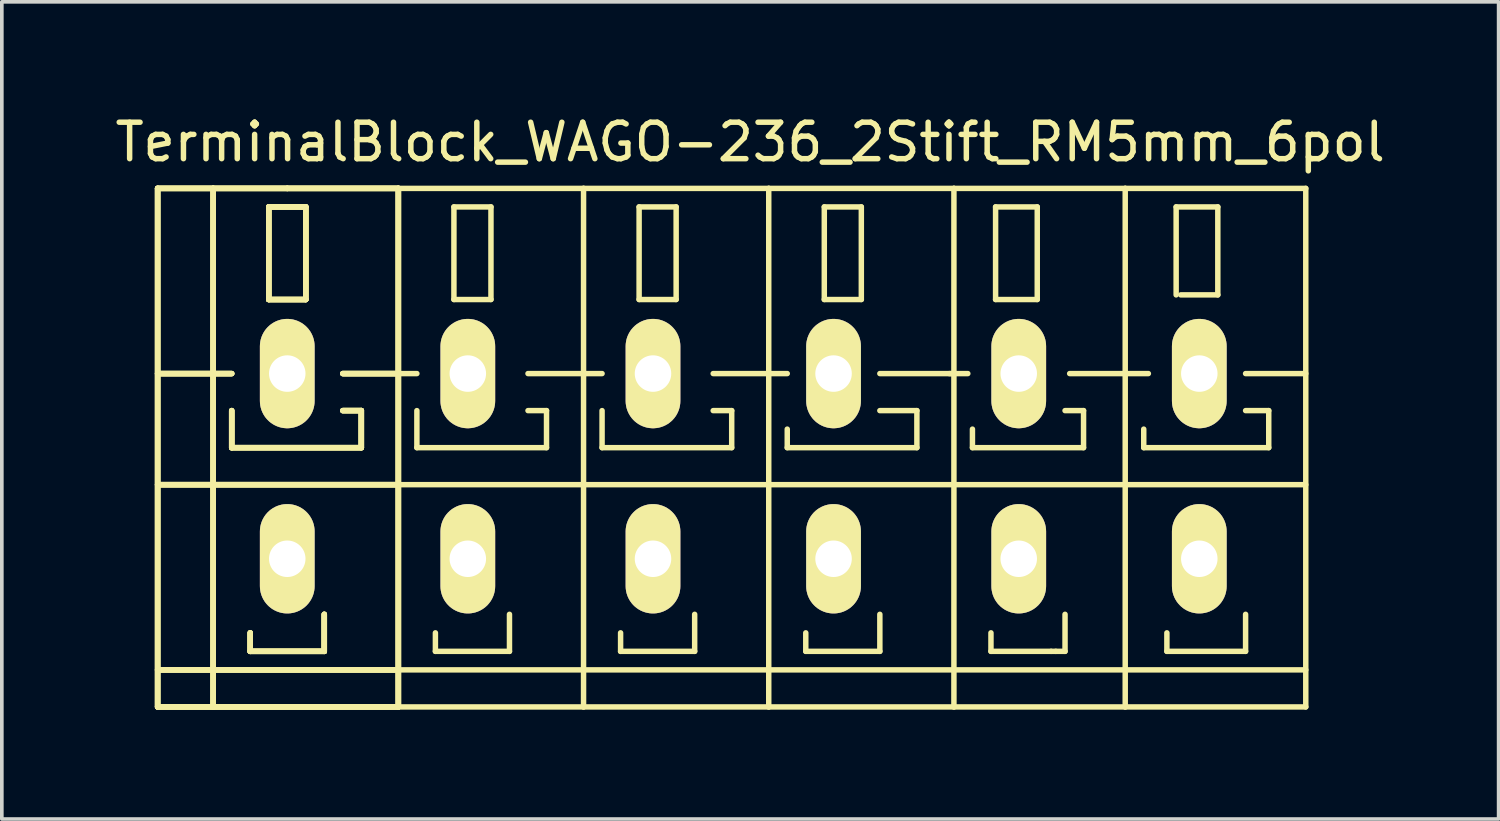
<source format=kicad_pcb>
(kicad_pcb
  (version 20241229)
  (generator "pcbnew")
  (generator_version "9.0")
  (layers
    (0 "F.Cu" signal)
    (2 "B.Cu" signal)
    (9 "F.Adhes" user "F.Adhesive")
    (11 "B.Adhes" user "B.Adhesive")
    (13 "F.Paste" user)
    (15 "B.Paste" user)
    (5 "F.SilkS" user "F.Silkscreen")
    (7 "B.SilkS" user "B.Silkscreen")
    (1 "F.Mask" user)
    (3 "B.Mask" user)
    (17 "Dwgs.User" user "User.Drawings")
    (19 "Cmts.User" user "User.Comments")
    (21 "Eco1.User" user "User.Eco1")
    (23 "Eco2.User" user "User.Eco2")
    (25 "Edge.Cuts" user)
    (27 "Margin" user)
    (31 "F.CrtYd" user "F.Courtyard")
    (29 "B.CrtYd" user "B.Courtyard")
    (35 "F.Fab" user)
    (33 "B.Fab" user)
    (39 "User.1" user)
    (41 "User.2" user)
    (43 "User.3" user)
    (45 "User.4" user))
  (footprint "TerminalBlock_WAGO-236_2Stift_RM5mm_6pol"
    (layer "F.Cu")
    (at 17.53 9.738)
    (property "Reference" "TerminalBlock_WAGO-236_2Stift_RM5mm_6pol" (at 0 -8.89 0) (layer "F.SilkS") (effects (font (size 1 1) (thickness 0.15))))
    (attr through_hole)
    (fp_line (start -16.256 -7.62) (end -14.732 -7.62) (stroke (width 0.15) (type solid)) (layer "F.SilkS"))
    (fp_line (start -16.256 -7.62) (end -14.732 -7.62) (stroke (width 0.15) (type solid)) (layer "F.SilkS"))
    (fp_line (start -16.256 -7.62) (end -14.732 -7.62) (stroke (width 0.15) (type solid)) (layer "F.SilkS"))
    (fp_line (start -16.256 -7.62) (end -14.732 -7.62) (stroke (width 0.15) (type solid)) (layer "F.SilkS"))
    (fp_line (start -16.256 -2.54) (end -14.224 -2.54) (stroke (width 0.15) (type solid)) (layer "F.SilkS"))
    (fp_line (start -16.256 -2.54) (end -14.224 -2.54) (stroke (width 0.15) (type solid)) (layer "F.SilkS"))
    (fp_line (start -16.256 -2.54) (end -14.224 -2.54) (stroke (width 0.15) (type solid)) (layer "F.SilkS"))
    (fp_line (start -16.256 -2.54) (end -14.224 -2.54) (stroke (width 0.15) (type solid)) (layer "F.SilkS"))
    (fp_line (start -16.256 0.508) (end -9.652 0.508) (stroke (width 0.15) (type solid)) (layer "F.SilkS"))
    (fp_line (start -16.256 0.508) (end -9.652 0.508) (stroke (width 0.15) (type solid)) (layer "F.SilkS"))
    (fp_line (start -16.256 0.508) (end -9.652 0.508) (stroke (width 0.15) (type solid)) (layer "F.SilkS"))
    (fp_line (start -16.256 0.508) (end -9.652 0.508) (stroke (width 0.15) (type solid)) (layer "F.SilkS"))
    (fp_line (start -16.256 5.588) (end -9.652 5.588) (stroke (width 0.15) (type solid)) (layer "F.SilkS"))
    (fp_line (start -16.256 5.588) (end -9.652 5.588) (stroke (width 0.15) (type solid)) (layer "F.SilkS"))
    (fp_line (start -16.256 5.588) (end -9.652 5.588) (stroke (width 0.15) (type solid)) (layer "F.SilkS"))
    (fp_line (start -16.256 5.588) (end -9.652 5.588) (stroke (width 0.15) (type solid)) (layer "F.SilkS"))
    (fp_line (start -16.256 6.604) (end -16.256 -7.62) (stroke (width 0.15) (type solid)) (layer "F.SilkS"))
    (fp_line (start -16.256 6.604) (end -16.256 -7.62) (stroke (width 0.15) (type solid)) (layer "F.SilkS"))
    (fp_line (start -16.256 6.604) (end -16.256 -7.62) (stroke (width 0.15) (type solid)) (layer "F.SilkS"))
    (fp_line (start -16.256 6.604) (end -16.256 -7.62) (stroke (width 0.15) (type solid)) (layer "F.SilkS"))
    (fp_line (start -14.732 -7.62) (end -12.7 -7.62) (stroke (width 0.15) (type solid)) (layer "F.SilkS"))
    (fp_line (start -14.732 -7.62) (end -12.7 -7.62) (stroke (width 0.15) (type solid)) (layer "F.SilkS"))
    (fp_line (start -14.732 -7.62) (end -12.7 -7.62) (stroke (width 0.15) (type solid)) (layer "F.SilkS"))
    (fp_line (start -14.732 -7.62) (end -12.7 -7.62) (stroke (width 0.15) (type solid)) (layer "F.SilkS"))
    (fp_line (start -14.732 6.604) (end -16.256 6.604) (stroke (width 0.15) (type solid)) (layer "F.SilkS"))
    (fp_line (start -14.732 6.604) (end -16.256 6.604) (stroke (width 0.15) (type solid)) (layer "F.SilkS"))
    (fp_line (start -14.732 6.604) (end -16.256 6.604) (stroke (width 0.15) (type solid)) (layer "F.SilkS"))
    (fp_line (start -14.732 6.604) (end -16.256 6.604) (stroke (width 0.15) (type solid)) (layer "F.SilkS"))
    (fp_line (start -14.732 6.604) (end -14.732 -7.62) (stroke (width 0.15) (type solid)) (layer "F.SilkS"))
    (fp_line (start -14.732 6.604) (end -14.732 -7.62) (stroke (width 0.15) (type solid)) (layer "F.SilkS"))
    (fp_line (start -14.732 6.604) (end -14.732 -7.62) (stroke (width 0.15) (type solid)) (layer "F.SilkS"))
    (fp_line (start -14.732 6.604) (end -14.732 -7.62) (stroke (width 0.15) (type solid)) (layer "F.SilkS"))
    (fp_line (start -14.224 -1.524) (end -14.224 -0.508) (stroke (width 0.15) (type solid)) (layer "F.SilkS"))
    (fp_line (start -14.224 -1.524) (end -14.224 -0.508) (stroke (width 0.15) (type solid)) (layer "F.SilkS"))
    (fp_line (start -14.224 -1.524) (end -14.224 -0.508) (stroke (width 0.15) (type solid)) (layer "F.SilkS"))
    (fp_line (start -14.224 -1.524) (end -14.224 -0.508) (stroke (width 0.15) (type solid)) (layer "F.SilkS"))
    (fp_line (start -14.224 -0.508) (end -10.668 -0.508) (stroke (width 0.15) (type solid)) (layer "F.SilkS"))
    (fp_line (start -14.224 -0.508) (end -10.668 -0.508) (stroke (width 0.15) (type solid)) (layer "F.SilkS"))
    (fp_line (start -14.224 -0.508) (end -10.668 -0.508) (stroke (width 0.15) (type solid)) (layer "F.SilkS"))
    (fp_line (start -14.224 -0.508) (end -10.668 -0.508) (stroke (width 0.15) (type solid)) (layer "F.SilkS"))
    (fp_line (start -13.716 4.572) (end -13.716 5.08) (stroke (width 0.15) (type solid)) (layer "F.SilkS"))
    (fp_line (start -13.716 4.572) (end -13.716 5.08) (stroke (width 0.15) (type solid)) (layer "F.SilkS"))
    (fp_line (start -13.716 4.572) (end -13.716 5.08) (stroke (width 0.15) (type solid)) (layer "F.SilkS"))
    (fp_line (start -13.716 4.572) (end -13.716 5.08) (stroke (width 0.15) (type solid)) (layer "F.SilkS"))
    (fp_line (start -13.716 5.08) (end -11.684 5.08) (stroke (width 0.15) (type solid)) (layer "F.SilkS"))
    (fp_line (start -13.716 5.08) (end -11.684 5.08) (stroke (width 0.15) (type solid)) (layer "F.SilkS"))
    (fp_line (start -13.716 5.08) (end -11.684 5.08) (stroke (width 0.15) (type solid)) (layer "F.SilkS"))
    (fp_line (start -13.716 5.08) (end -11.684 5.08) (stroke (width 0.15) (type solid)) (layer "F.SilkS"))
    (fp_line (start -13.208 -7.112) (end -12.192 -7.112) (stroke (width 0.15) (type solid)) (layer "F.SilkS"))
    (fp_line (start -13.208 -7.112) (end -12.192 -7.112) (stroke (width 0.15) (type solid)) (layer "F.SilkS"))
    (fp_line (start -13.208 -7.112) (end -12.192 -7.112) (stroke (width 0.15) (type solid)) (layer "F.SilkS"))
    (fp_line (start -13.208 -7.112) (end -12.192 -7.112) (stroke (width 0.15) (type solid)) (layer "F.SilkS"))
    (fp_line (start -13.208 -4.572) (end -13.208 -7.112) (stroke (width 0.15) (type solid)) (layer "F.SilkS"))
    (fp_line (start -13.208 -4.572) (end -13.208 -7.112) (stroke (width 0.15) (type solid)) (layer "F.SilkS"))
    (fp_line (start -13.208 -4.572) (end -13.208 -7.112) (stroke (width 0.15) (type solid)) (layer "F.SilkS"))
    (fp_line (start -13.208 -4.572) (end -13.208 -7.112) (stroke (width 0.15) (type solid)) (layer "F.SilkS"))
    (fp_line (start -12.7 -7.62) (end -9.652 -7.62) (stroke (width 0.15) (type solid)) (layer "F.SilkS"))
    (fp_line (start -12.7 -7.62) (end -9.652 -7.62) (stroke (width 0.15) (type solid)) (layer "F.SilkS"))
    (fp_line (start -12.7 -7.62) (end -9.652 -7.62) (stroke (width 0.15) (type solid)) (layer "F.SilkS"))
    (fp_line (start -12.7 -7.62) (end -9.652 -7.62) (stroke (width 0.15) (type solid)) (layer "F.SilkS"))
    (fp_line (start -12.192 -7.112) (end -12.192 -4.572) (stroke (width 0.15) (type solid)) (layer "F.SilkS"))
    (fp_line (start -12.192 -7.112) (end -12.192 -4.572) (stroke (width 0.15) (type solid)) (layer "F.SilkS"))
    (fp_line (start -12.192 -7.112) (end -12.192 -4.572) (stroke (width 0.15) (type solid)) (layer "F.SilkS"))
    (fp_line (start -12.192 -7.112) (end -12.192 -4.572) (stroke (width 0.15) (type solid)) (layer "F.SilkS"))
    (fp_line (start -12.192 -4.572) (end -13.208 -4.572) (stroke (width 0.15) (type solid)) (layer "F.SilkS"))
    (fp_line (start -12.192 -4.572) (end -13.208 -4.572) (stroke (width 0.15) (type solid)) (layer "F.SilkS"))
    (fp_line (start -12.192 -4.572) (end -13.208 -4.572) (stroke (width 0.15) (type solid)) (layer "F.SilkS"))
    (fp_line (start -12.192 -4.572) (end -13.208 -4.572) (stroke (width 0.15) (type solid)) (layer "F.SilkS"))
    (fp_line (start -11.684 5.08) (end -11.684 4.064) (stroke (width 0.15) (type solid)) (layer "F.SilkS"))
    (fp_line (start -11.684 5.08) (end -11.684 4.064) (stroke (width 0.15) (type solid)) (layer "F.SilkS"))
    (fp_line (start -11.684 5.08) (end -11.684 4.064) (stroke (width 0.15) (type solid)) (layer "F.SilkS"))
    (fp_line (start -11.684 5.08) (end -11.684 4.064) (stroke (width 0.15) (type solid)) (layer "F.SilkS"))
    (fp_line (start -11.176 -2.54) (end -9.652 -2.54) (stroke (width 0.15) (type solid)) (layer "F.SilkS"))
    (fp_line (start -11.176 -2.54) (end -9.652 -2.54) (stroke (width 0.15) (type solid)) (layer "F.SilkS"))
    (fp_line (start -11.176 -2.54) (end -9.652 -2.54) (stroke (width 0.15) (type solid)) (layer "F.SilkS"))
    (fp_line (start -11.176 -2.54) (end -9.652 -2.54) (stroke (width 0.15) (type solid)) (layer "F.SilkS"))
    (fp_line (start -10.668 -1.524) (end -11.176 -1.524) (stroke (width 0.15) (type solid)) (layer "F.SilkS"))
    (fp_line (start -10.668 -1.524) (end -11.176 -1.524) (stroke (width 0.15) (type solid)) (layer "F.SilkS"))
    (fp_line (start -10.668 -1.524) (end -11.176 -1.524) (stroke (width 0.15) (type solid)) (layer "F.SilkS"))
    (fp_line (start -10.668 -1.524) (end -11.176 -1.524) (stroke (width 0.15) (type solid)) (layer "F.SilkS"))
    (fp_line (start -10.668 -0.508) (end -10.668 -1.524) (stroke (width 0.15) (type solid)) (layer "F.SilkS"))
    (fp_line (start -10.668 -0.508) (end -10.668 -1.524) (stroke (width 0.15) (type solid)) (layer "F.SilkS"))
    (fp_line (start -10.668 -0.508) (end -10.668 -1.524) (stroke (width 0.15) (type solid)) (layer "F.SilkS"))
    (fp_line (start -10.668 -0.508) (end -10.668 -1.524) (stroke (width 0.15) (type solid)) (layer "F.SilkS"))
    (fp_line (start -9.652 -7.62) (end -9.652 6.604) (stroke (width 0.15) (type solid)) (layer "F.SilkS"))
    (fp_line (start -9.652 -7.62) (end -9.652 6.604) (stroke (width 0.15) (type solid)) (layer "F.SilkS"))
    (fp_line (start -9.652 -7.62) (end -9.652 6.604) (stroke (width 0.15) (type solid)) (layer "F.SilkS"))
    (fp_line (start -9.652 -7.62) (end -9.652 6.604) (stroke (width 0.15) (type solid)) (layer "F.SilkS"))
    (fp_line (start -9.652 -2.54) (end -9.144 -2.54) (stroke (width 0.15) (type solid)) (layer "F.SilkS"))
    (fp_line (start -9.652 0.508) (end -4.572 0.508) (stroke (width 0.15) (type solid)) (layer "F.SilkS"))
    (fp_line (start -9.652 5.588) (end -4.572 5.588) (stroke (width 0.15) (type solid)) (layer "F.SilkS"))
    (fp_line (start -9.652 6.604) (end -14.732 6.604) (stroke (width 0.15) (type solid)) (layer "F.SilkS"))
    (fp_line (start -9.652 6.604) (end -14.732 6.604) (stroke (width 0.15) (type solid)) (layer "F.SilkS"))
    (fp_line (start -9.652 6.604) (end -14.732 6.604) (stroke (width 0.15) (type solid)) (layer "F.SilkS"))
    (fp_line (start -9.652 6.604) (end -14.732 6.604) (stroke (width 0.15) (type solid)) (layer "F.SilkS"))
    (fp_line (start -9.652 6.604) (end -4.572 6.604) (stroke (width 0.15) (type solid)) (layer "F.SilkS"))
    (fp_line (start -9.144 -1.524) (end -9.144 -0.508) (stroke (width 0.15) (type solid)) (layer "F.SilkS"))
    (fp_line (start -9.144 -0.508) (end -5.588 -0.508) (stroke (width 0.15) (type solid)) (layer "F.SilkS"))
    (fp_line (start -8.636 4.572) (end -8.636 5.08) (stroke (width 0.15) (type solid)) (layer "F.SilkS"))
    (fp_line (start -8.636 5.08) (end -6.604 5.08) (stroke (width 0.15) (type solid)) (layer "F.SilkS"))
    (fp_line (start -8.128 -7.112) (end -8.128 -4.572) (stroke (width 0.15) (type solid)) (layer "F.SilkS"))
    (fp_line (start -8.128 -4.572) (end -7.112 -4.572) (stroke (width 0.15) (type solid)) (layer "F.SilkS"))
    (fp_line (start -7.112 -7.112) (end -8.128 -7.112) (stroke (width 0.15) (type solid)) (layer "F.SilkS"))
    (fp_line (start -7.112 -4.572) (end -7.112 -7.112) (stroke (width 0.15) (type solid)) (layer "F.SilkS"))
    (fp_line (start -6.604 5.08) (end -6.604 4.064) (stroke (width 0.15) (type solid)) (layer "F.SilkS"))
    (fp_line (start -6.096 -2.54) (end -4.572 -2.54) (stroke (width 0.15) (type solid)) (layer "F.SilkS"))
    (fp_line (start -5.588 -1.524) (end -6.096 -1.524) (stroke (width 0.15) (type solid)) (layer "F.SilkS"))
    (fp_line (start -5.588 -0.508) (end -5.588 -1.524) (stroke (width 0.15) (type solid)) (layer "F.SilkS"))
    (fp_line (start -4.572 -7.62) (end -9.652 -7.62) (stroke (width 0.15) (type solid)) (layer "F.SilkS"))
    (fp_line (start -4.572 -2.54) (end -4.064 -2.54) (stroke (width 0.15) (type solid)) (layer "F.SilkS"))
    (fp_line (start -4.572 0.508) (end 0.508 0.508) (stroke (width 0.15) (type solid)) (layer "F.SilkS"))
    (fp_line (start -4.572 5.588) (end 0.508 5.588) (stroke (width 0.15) (type solid)) (layer "F.SilkS"))
    (fp_line (start -4.572 6.604) (end -4.572 -7.62) (stroke (width 0.15) (type solid)) (layer "F.SilkS"))
    (fp_line (start -4.572 6.604) (end 0.508 6.604) (stroke (width 0.15) (type solid)) (layer "F.SilkS"))
    (fp_line (start -4.064 -1.524) (end -4.064 -0.508) (stroke (width 0.15) (type solid)) (layer "F.SilkS"))
    (fp_line (start -4.064 -0.508) (end -0.508 -0.508) (stroke (width 0.15) (type solid)) (layer "F.SilkS"))
    (fp_line (start -3.556 4.572) (end -3.556 5.08) (stroke (width 0.15) (type solid)) (layer "F.SilkS"))
    (fp_line (start -3.556 5.08) (end -1.524 5.08) (stroke (width 0.15) (type solid)) (layer "F.SilkS"))
    (fp_line (start -3.048 -7.112) (end -3.048 -4.572) (stroke (width 0.15) (type solid)) (layer "F.SilkS"))
    (fp_line (start -3.048 -4.572) (end -2.032 -4.572) (stroke (width 0.15) (type solid)) (layer "F.SilkS"))
    (fp_line (start -2.032 -7.112) (end -3.048 -7.112) (stroke (width 0.15) (type solid)) (layer "F.SilkS"))
    (fp_line (start -2.032 -4.572) (end -2.032 -7.112) (stroke (width 0.15) (type solid)) (layer "F.SilkS"))
    (fp_line (start -1.524 5.08) (end -1.524 4.064) (stroke (width 0.15) (type solid)) (layer "F.SilkS"))
    (fp_line (start -1.016 -2.54) (end 0.508 -2.54) (stroke (width 0.15) (type solid)) (layer "F.SilkS"))
    (fp_line (start -0.508 -1.524) (end -1.016 -1.524) (stroke (width 0.15) (type solid)) (layer "F.SilkS"))
    (fp_line (start -0.508 -0.508) (end -0.508 -1.524) (stroke (width 0.15) (type solid)) (layer "F.SilkS"))
    (fp_line (start 0.508 -7.62) (end -4.572 -7.62) (stroke (width 0.15) (type solid)) (layer "F.SilkS"))
    (fp_line (start 0.508 -2.54) (end 1.016 -2.54) (stroke (width 0.15) (type solid)) (layer "F.SilkS"))
    (fp_line (start 0.508 0.508) (end 5.588 0.508) (stroke (width 0.15) (type solid)) (layer "F.SilkS"))
    (fp_line (start 0.508 5.588) (end 5.588 5.588) (stroke (width 0.15) (type solid)) (layer "F.SilkS"))
    (fp_line (start 0.508 6.604) (end 0.508 -7.62) (stroke (width 0.15) (type solid)) (layer "F.SilkS"))
    (fp_line (start 0.508 6.604) (end 5.588 6.604) (stroke (width 0.15) (type solid)) (layer "F.SilkS"))
    (fp_line (start 1.016 -1.016) (end 1.016 -0.508) (stroke (width 0.15) (type solid)) (layer "F.SilkS"))
    (fp_line (start 1.016 -0.508) (end 4.572 -0.508) (stroke (width 0.15) (type solid)) (layer "F.SilkS"))
    (fp_line (start 1.524 4.572) (end 1.524 5.08) (stroke (width 0.15) (type solid)) (layer "F.SilkS"))
    (fp_line (start 1.524 5.08) (end 3.556 5.08) (stroke (width 0.15) (type solid)) (layer "F.SilkS"))
    (fp_line (start 2.032 -7.112) (end 2.032 -4.572) (stroke (width 0.15) (type solid)) (layer "F.SilkS"))
    (fp_line (start 2.032 -4.572) (end 3.048 -4.572) (stroke (width 0.15) (type solid)) (layer "F.SilkS"))
    (fp_line (start 3.048 -7.112) (end 2.032 -7.112) (stroke (width 0.15) (type solid)) (layer "F.SilkS"))
    (fp_line (start 3.048 -4.572) (end 3.048 -7.112) (stroke (width 0.15) (type solid)) (layer "F.SilkS"))
    (fp_line (start 3.556 -2.54) (end 5.588 -2.54) (stroke (width 0.15) (type solid)) (layer "F.SilkS"))
    (fp_line (start 3.556 5.08) (end 3.556 4.064) (stroke (width 0.15) (type solid)) (layer "F.SilkS"))
    (fp_line (start 4.572 -1.524) (end 3.556 -1.524) (stroke (width 0.15) (type solid)) (layer "F.SilkS"))
    (fp_line (start 4.572 -0.508) (end 4.572 -1.524) (stroke (width 0.15) (type solid)) (layer "F.SilkS"))
    (fp_line (start 5.461 -2.54) (end 5.969 -2.54) (stroke (width 0.15) (type solid)) (layer "F.SilkS"))
    (fp_line (start 5.588 -7.62) (end 0.508 -7.62) (stroke (width 0.15) (type solid)) (layer "F.SilkS"))
    (fp_line (start 5.588 0.508) (end 10.287 0.508) (stroke (width 0.15) (type solid)) (layer "F.SilkS"))
    (fp_line (start 5.588 5.588) (end 10.287 5.588) (stroke (width 0.15) (type solid)) (layer "F.SilkS"))
    (fp_line (start 5.588 6.604) (end 5.588 -7.62) (stroke (width 0.15) (type solid)) (layer "F.SilkS"))
    (fp_line (start 5.588 6.604) (end 10.287 6.604) (stroke (width 0.15) (type solid)) (layer "F.SilkS"))
    (fp_line (start 6.096 -1.016) (end 6.096 -0.508) (stroke (width 0.15) (type solid)) (layer "F.SilkS"))
    (fp_line (start 6.096 -0.508) (end 9.144 -0.508) (stroke (width 0.15) (type solid)) (layer "F.SilkS"))
    (fp_line (start 6.604 4.572) (end 6.604 5.08) (stroke (width 0.15) (type solid)) (layer "F.SilkS"))
    (fp_line (start 6.604 5.08) (end 8.255 5.08) (stroke (width 0.15) (type solid)) (layer "F.SilkS"))
    (fp_line (start 6.731 -7.112) (end 7.874 -7.112) (stroke (width 0.15) (type solid)) (layer "F.SilkS"))
    (fp_line (start 6.731 -4.572) (end 6.731 -7.112) (stroke (width 0.15) (type solid)) (layer "F.SilkS"))
    (fp_line (start 7.874 -7.112) (end 7.874 -4.572) (stroke (width 0.15) (type solid)) (layer "F.SilkS"))
    (fp_line (start 7.874 -4.572) (end 6.731 -4.572) (stroke (width 0.15) (type solid)) (layer "F.SilkS"))
    (fp_line (start 8.255 5.08) (end 8.382 5.08) (stroke (width 0.15) (type solid)) (layer "F.SilkS"))
    (fp_line (start 8.382 5.08) (end 8.636 5.08) (stroke (width 0.15) (type solid)) (layer "F.SilkS"))
    (fp_line (start 8.636 5.08) (end 8.636 4.064) (stroke (width 0.15) (type solid)) (layer "F.SilkS"))
    (fp_line (start 8.763 -2.54) (end 10.287 -2.54) (stroke (width 0.15) (type solid)) (layer "F.SilkS"))
    (fp_line (start 9.144 -1.524) (end 8.636 -1.524) (stroke (width 0.15) (type solid)) (layer "F.SilkS"))
    (fp_line (start 9.144 -0.508) (end 9.144 -1.524) (stroke (width 0.15) (type solid)) (layer "F.SilkS"))
    (fp_line (start 10.287 -7.62) (end 5.588 -7.62) (stroke (width 0.15) (type solid)) (layer "F.SilkS"))
    (fp_line (start 10.287 -2.54) (end 10.922 -2.54) (stroke (width 0.15) (type solid)) (layer "F.SilkS"))
    (fp_line (start 10.287 0.508) (end 15.24 0.508) (stroke (width 0.15) (type solid)) (layer "F.SilkS"))
    (fp_line (start 10.287 5.588) (end 15.24 5.588) (stroke (width 0.15) (type solid)) (layer "F.SilkS"))
    (fp_line (start 10.287 6.604) (end 10.287 -7.62) (stroke (width 0.15) (type solid)) (layer "F.SilkS"))
    (fp_line (start 10.287 6.604) (end 15.24 6.604) (stroke (width 0.15) (type solid)) (layer "F.SilkS"))
    (fp_line (start 10.795 -1.016) (end 10.795 -0.508) (stroke (width 0.15) (type solid)) (layer "F.SilkS"))
    (fp_line (start 10.795 -0.508) (end 14.224 -0.508) (stroke (width 0.15) (type solid)) (layer "F.SilkS"))
    (fp_line (start 11.43 4.572) (end 11.43 5.08) (stroke (width 0.15) (type solid)) (layer "F.SilkS"))
    (fp_line (start 11.43 5.08) (end 13.589 5.08) (stroke (width 0.15) (type solid)) (layer "F.SilkS"))
    (fp_line (start 11.684 -7.112) (end 11.684 -4.699) (stroke (width 0.15) (type solid)) (layer "F.SilkS"))
    (fp_line (start 11.811 -4.699) (end 12.827 -4.699) (stroke (width 0.15) (type solid)) (layer "F.SilkS"))
    (fp_line (start 12.827 -7.112) (end 11.684 -7.112) (stroke (width 0.15) (type solid)) (layer "F.SilkS"))
    (fp_line (start 12.827 -4.699) (end 12.827 -7.112) (stroke (width 0.15) (type solid)) (layer "F.SilkS"))
    (fp_line (start 13.589 -2.54) (end 15.24 -2.54) (stroke (width 0.15) (type solid)) (layer "F.SilkS"))
    (fp_line (start 13.589 5.08) (end 13.589 4.064) (stroke (width 0.15) (type solid)) (layer "F.SilkS"))
    (fp_line (start 14.224 -1.524) (end 13.589 -1.524) (stroke (width 0.15) (type solid)) (layer "F.SilkS"))
    (fp_line (start 14.224 -0.508) (end 14.224 -1.524) (stroke (width 0.15) (type solid)) (layer "F.SilkS"))
    (fp_line (start 15.24 -7.62) (end 10.287 -7.62) (stroke (width 0.15) (type solid)) (layer "F.SilkS"))
    (fp_line (start 15.24 6.604) (end 15.24 -7.62) (stroke (width 0.15) (type solid)) (layer "F.SilkS"))
    (pad "1" thru_hole oval (at -12.7 -2.54 90) (size 3 1.501) (drill 1.001) (layers "*.Cu" "*.Mask" "F.SilkS"))
    (pad "1" thru_hole oval (at -12.7 2.54 90) (size 3 1.501) (drill 1.001) (layers "*.Cu" "*.Mask" "F.SilkS"))
    (pad "2" thru_hole oval (at -7.747 -2.54 90) (size 3 1.501) (drill 1.001) (layers "*.Cu" "*.Mask" "F.SilkS"))
    (pad "2" thru_hole oval (at -7.747 2.54 90) (size 3 1.501) (drill 1.001) (layers "*.Cu" "*.Mask" "F.SilkS"))
    (pad "3" thru_hole oval (at -2.667 -2.54 90) (size 3 1.501) (drill 1.001) (layers "*.Cu" "*.Mask" "F.SilkS"))
    (pad "3" thru_hole oval (at -2.667 2.54 90) (size 3 1.501) (drill 1.001) (layers "*.Cu" "*.Mask" "F.SilkS"))
    (pad "4" thru_hole oval (at 2.286 -2.54 90) (size 3 1.501) (drill 1.001) (layers "*.Cu" "*.Mask" "F.SilkS"))
    (pad "4" thru_hole oval (at 2.286 2.54 90) (size 3 1.501) (drill 1.001) (layers "*.Cu" "*.Mask" "F.SilkS"))
    (pad "5" thru_hole oval (at 7.366 -2.54 90) (size 3 1.501) (drill 1.001) (layers "*.Cu" "*.Mask" "F.SilkS"))
    (pad "5" thru_hole oval (at 7.366 2.54 90) (size 3 1.501) (drill 1.001) (layers "*.Cu" "*.Mask" "F.SilkS"))
    (pad "6" thru_hole oval (at 12.319 -2.54 90) (size 3 1.501) (drill 1.001) (layers "*.Cu" "*.Mask" "F.SilkS"))
    (pad "6" thru_hole oval (at 12.319 2.54 90) (size 3 1.501) (drill 1.001) (layers "*.Cu" "*.Mask" "F.SilkS")))
  (gr_rect
    (start -3 -3)
    (end 38.06 19.417)
    (stroke (width 0.1) (type default))
    (fill no)
    (layer "Edge.Cuts")))
</source>
